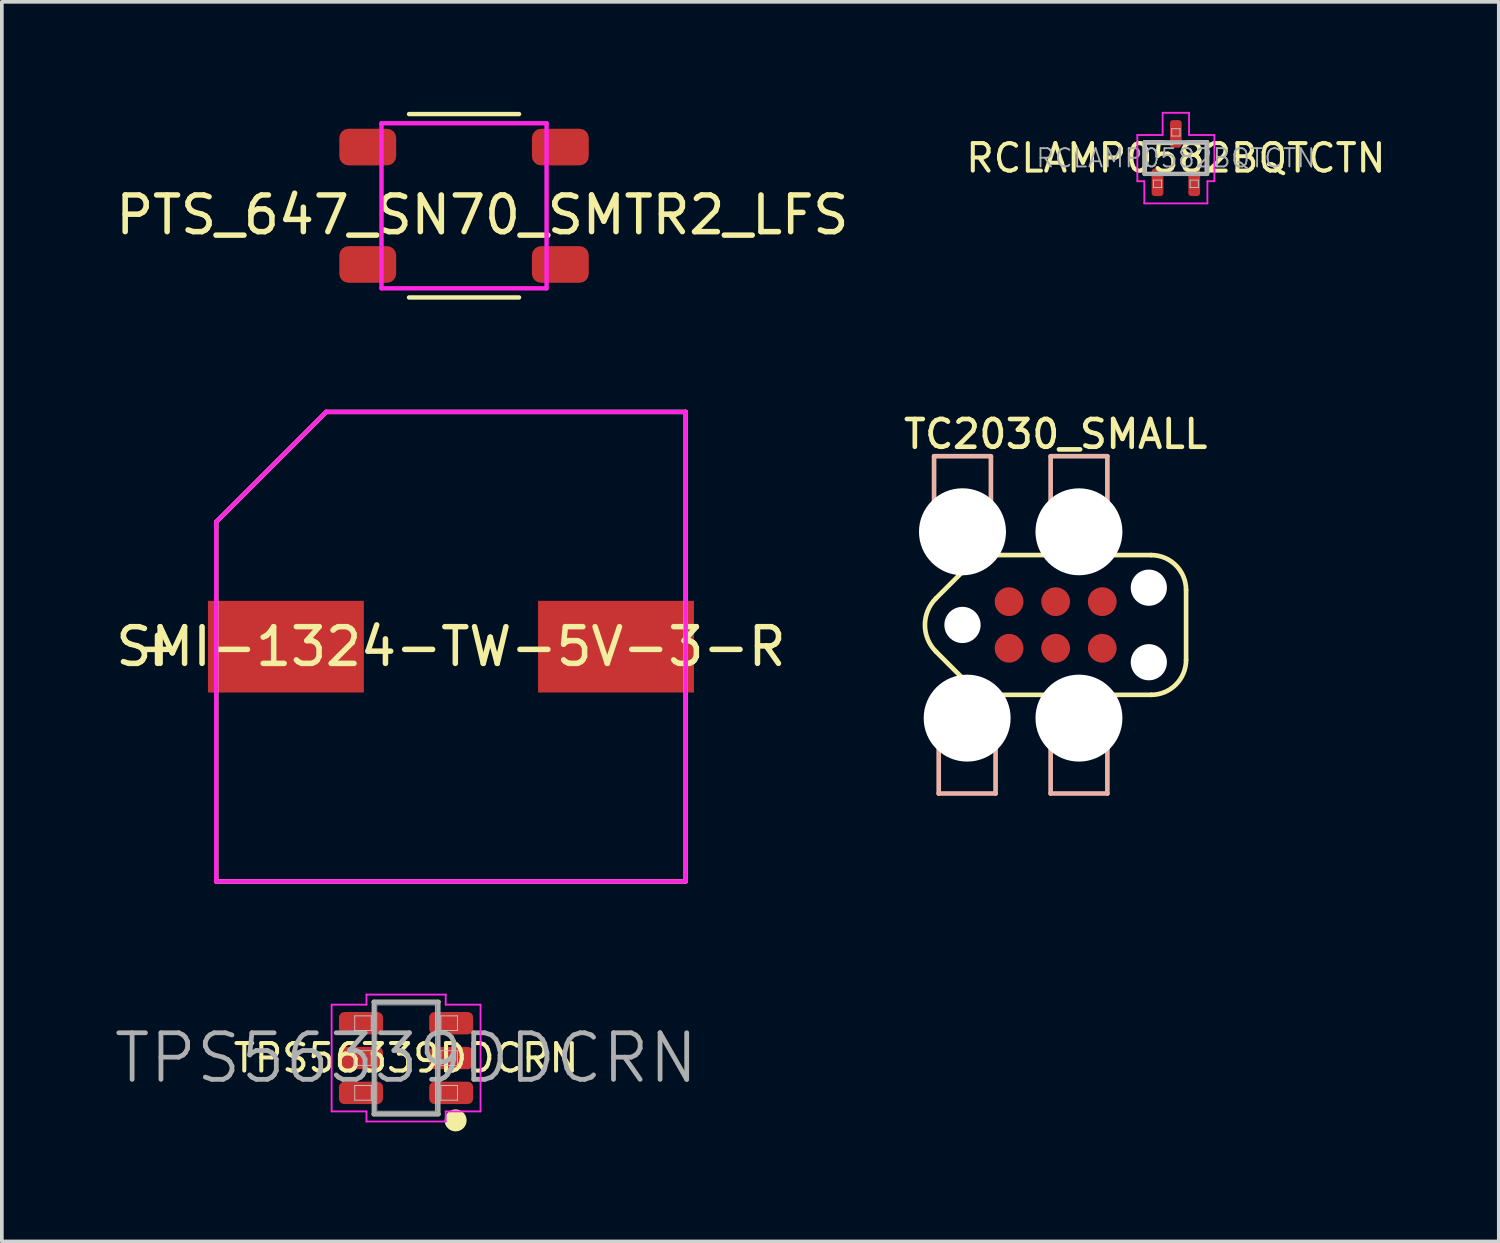
<source format=kicad_pcb>
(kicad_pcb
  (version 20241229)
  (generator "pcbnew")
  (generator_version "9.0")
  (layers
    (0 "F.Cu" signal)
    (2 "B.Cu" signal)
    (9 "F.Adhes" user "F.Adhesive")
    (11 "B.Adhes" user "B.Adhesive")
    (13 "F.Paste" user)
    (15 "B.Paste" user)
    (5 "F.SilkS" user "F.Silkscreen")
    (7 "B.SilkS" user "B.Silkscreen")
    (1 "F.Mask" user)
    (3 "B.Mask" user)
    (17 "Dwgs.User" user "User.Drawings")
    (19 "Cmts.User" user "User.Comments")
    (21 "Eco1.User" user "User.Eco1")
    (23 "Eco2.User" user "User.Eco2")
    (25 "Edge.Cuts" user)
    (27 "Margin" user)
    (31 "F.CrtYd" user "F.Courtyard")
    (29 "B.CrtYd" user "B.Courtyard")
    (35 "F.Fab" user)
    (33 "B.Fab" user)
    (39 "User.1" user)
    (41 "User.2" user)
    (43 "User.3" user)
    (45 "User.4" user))
  (footprint "TPS56339DDCRN"
    (layer "F.Cu")
    (at 8.021 25.795)
    (property "Reference" "TPS56339DDCRN" (at 0 0 0) (layer "F.SilkS") (effects (font (size 0.75 0.75) (thickness 0.11))))
    (attr smd)
    (fp_line (start 0.88 -1.53) (end -0.88 -1.53) (stroke (width 0.12) (type solid)) (layer "F.SilkS"))
    (fp_line (start 0.88 1.53) (end -0.88 1.53) (stroke (width 0.12) (type solid)) (layer "F.SilkS"))
    (fp_circle (center 1.35 1.7) (end 1.35 1.85) (stroke (width 0.3) (type solid)) (fill no) (layer "F.SilkS"))
    (fp_line (start -1.4 -1.15) (end -0.95 -1.15) (stroke (width 0.025) (type solid)) (layer "Dwgs.User"))
    (fp_line (start -1.4 -0.75) (end -1.4 -1.15) (stroke (width 0.025) (type solid)) (layer "Dwgs.User"))
    (fp_line (start -1.4 -0.2) (end -0.95 -0.2) (stroke (width 0.025) (type solid)) (layer "Dwgs.User"))
    (fp_line (start -1.4 0.2) (end -1.4 -0.2) (stroke (width 0.025) (type solid)) (layer "Dwgs.User"))
    (fp_line (start -1.4 0.75) (end -0.95 0.75) (stroke (width 0.025) (type solid)) (layer "Dwgs.User"))
    (fp_line (start -1.4 1.15) (end -1.4 0.75) (stroke (width 0.025) (type solid)) (layer "Dwgs.User"))
    (fp_line (start -0.95 -1.15) (end -0.95 -0.75) (stroke (width 0.025) (type solid)) (layer "Dwgs.User"))
    (fp_line (start -0.95 -0.75) (end -1.4 -0.75) (stroke (width 0.025) (type solid)) (layer "Dwgs.User"))
    (fp_line (start -0.95 -0.2) (end -0.95 0.2) (stroke (width 0.025) (type solid)) (layer "Dwgs.User"))
    (fp_line (start -0.95 0.2) (end -1.4 0.2) (stroke (width 0.025) (type solid)) (layer "Dwgs.User"))
    (fp_line (start -0.95 0.75) (end -0.95 1.15) (stroke (width 0.025) (type solid)) (layer "Dwgs.User"))
    (fp_line (start -0.95 1.15) (end -1.4 1.15) (stroke (width 0.025) (type solid)) (layer "Dwgs.User"))
    (fp_line (start -0.8 -1.45) (end 0.8 -1.45) (stroke (width 0.025) (type solid)) (layer "Dwgs.User"))
    (fp_line (start -0.8 1.45) (end -0.8 -1.45) (stroke (width 0.025) (type solid)) (layer "Dwgs.User"))
    (fp_line (start 0.8 -1.45) (end 0.8 1.45) (stroke (width 0.025) (type solid)) (layer "Dwgs.User"))
    (fp_line (start 0.8 1.45) (end -0.8 1.45) (stroke (width 0.025) (type solid)) (layer "Dwgs.User"))
    (fp_line (start 0.95 -1.15) (end 1.4 -1.15) (stroke (width 0.025) (type solid)) (layer "Dwgs.User"))
    (fp_line (start 0.95 -0.75) (end 0.95 -1.15) (stroke (width 0.025) (type solid)) (layer "Dwgs.User"))
    (fp_line (start 0.95 -0.2) (end 1.4 -0.2) (stroke (width 0.025) (type solid)) (layer "Dwgs.User"))
    (fp_line (start 0.95 0.2) (end 0.95 -0.2) (stroke (width 0.025) (type solid)) (layer "Dwgs.User"))
    (fp_line (start 0.95 0.75) (end 1.4 0.75) (stroke (width 0.025) (type solid)) (layer "Dwgs.User"))
    (fp_line (start 0.95 1.15) (end 0.95 0.75) (stroke (width 0.025) (type solid)) (layer "Dwgs.User"))
    (fp_line (start 1.4 -1.15) (end 1.4 -0.75) (stroke (width 0.025) (type solid)) (layer "Dwgs.User"))
    (fp_line (start 1.4 -0.75) (end 0.95 -0.75) (stroke (width 0.025) (type solid)) (layer "Dwgs.User"))
    (fp_line (start 1.4 -0.2) (end 1.4 0.2) (stroke (width 0.025) (type solid)) (layer "Dwgs.User"))
    (fp_line (start 1.4 0.2) (end 0.95 0.2) (stroke (width 0.025) (type solid)) (layer "Dwgs.User"))
    (fp_line (start 1.4 0.75) (end 1.4 1.15) (stroke (width 0.025) (type solid)) (layer "Dwgs.User"))
    (fp_line (start 1.4 1.15) (end 0.95 1.15) (stroke (width 0.025) (type solid)) (layer "Dwgs.User"))
    (fp_line (start -2.03 -1.455) (end -2.03 1.455) (stroke (width 0.05) (type solid)) (layer "F.CrtYd"))
    (fp_line (start -2.03 1.455) (end -1.08 1.455) (stroke (width 0.05) (type solid)) (layer "F.CrtYd"))
    (fp_line (start -1.08 -1.73) (end -1.08 -1.455) (stroke (width 0.05) (type solid)) (layer "F.CrtYd"))
    (fp_line (start -1.08 -1.455) (end -2.03 -1.455) (stroke (width 0.05) (type solid)) (layer "F.CrtYd"))
    (fp_line (start -1.08 1.455) (end -1.08 1.73) (stroke (width 0.05) (type solid)) (layer "F.CrtYd"))
    (fp_line (start -1.08 1.73) (end 1.08 1.73) (stroke (width 0.05) (type solid)) (layer "F.CrtYd"))
    (fp_line (start 1.08 -1.73) (end -1.08 -1.73) (stroke (width 0.05) (type solid)) (layer "F.CrtYd"))
    (fp_line (start 1.08 -1.455) (end 1.08 -1.73) (stroke (width 0.05) (type solid)) (layer "F.CrtYd"))
    (fp_line (start 1.08 1.455) (end 2.03 1.455) (stroke (width 0.05) (type solid)) (layer "F.CrtYd"))
    (fp_line (start 1.08 1.73) (end 1.08 1.455) (stroke (width 0.05) (type solid)) (layer "F.CrtYd"))
    (fp_line (start 2.03 -1.455) (end 1.08 -1.455) (stroke (width 0.05) (type solid)) (layer "F.CrtYd"))
    (fp_line (start 2.03 1.455) (end 2.03 -1.455) (stroke (width 0.05) (type solid)) (layer "F.CrtYd"))
    (fp_line (start -0.88 -1.53) (end 0.88 -1.53) (stroke (width 0.12) (type solid)) (layer "F.Fab"))
    (fp_line (start -0.88 1.53) (end -0.88 -1.53) (stroke (width 0.12) (type solid)) (layer "F.Fab"))
    (fp_line (start 0.88 -1.53) (end 0.88 1.53) (stroke (width 0.12) (type solid)) (layer "F.Fab"))
    (fp_line (start 0.88 1.53) (end -0.88 1.53) (stroke (width 0.12) (type solid)) (layer "F.Fab"))
    (fp_text user "${REFERENCE}" (at 0 0 0) (layer "F.Fab") (effects (font (size 1.27 1.27) (thickness 0.13))))
    (pad "1" smd roundrect (at 1.23 0.95) (size 1.2 0.61) (layers "F.Cu" "F.Mask" "F.Paste") (roundrect_rratio 0.246))
    (pad "2" smd roundrect (at 1.23 0) (size 1.2 0.61) (layers "F.Cu" "F.Mask" "F.Paste") (roundrect_rratio 0.246))
    (pad "3" smd roundrect (at 1.23 -0.95) (size 1.2 0.61) (layers "F.Cu" "F.Mask" "F.Paste") (roundrect_rratio 0.246))
    (pad "4" smd roundrect (at -1.23 -0.95) (size 1.2 0.61) (layers "F.Cu" "F.Mask" "F.Paste") (roundrect_rratio 0.246))
    (pad "5" smd roundrect (at -1.23 0) (size 1.2 0.61) (layers "F.Cu" "F.Mask" "F.Paste") (roundrect_rratio 0.246))
    (pad "6" smd roundrect (at -1.23 0.95) (size 1.2 0.61) (layers "F.Cu" "F.Mask" "F.Paste") (roundrect_rratio 0.246)))
  (footprint "PTS_647_SN70_SMTR2_LFS"
    (layer "F.Cu")
    (at 9.601 2.56)
    (property "Reference" "PTS_647_SN70_SMTR2_LFS" (at 0.5 0.25 0) (layer "F.SilkS") (effects (font (size 1 1) (thickness 0.15))))
    (attr smd)
    (fp_line (start -1.5 -2.5) (end 1.5 -2.5) (stroke (width 0.12) (type solid)) (layer "F.SilkS"))
    (fp_line (start -1.5 2.5) (end 1.5 2.5) (stroke (width 0.12) (type solid)) (layer "F.SilkS"))
    (fp_line (start -2.25 -2.25) (end 2.25 -2.25) (stroke (width 0.12) (type solid)) (layer "F.CrtYd"))
    (fp_line (start -2.25 2.25) (end -2.25 -2.25) (stroke (width 0.12) (type solid)) (layer "F.CrtYd"))
    (fp_line (start 2.25 -2.25) (end 2.25 2.25) (stroke (width 0.12) (type solid)) (layer "F.CrtYd"))
    (fp_line (start 2.25 2.25) (end -2.25 2.25) (stroke (width 0.12) (type solid)) (layer "F.CrtYd"))
    (pad "1" smd roundrect (at -2.625 -1.6) (size 1.55 1) (layers "F.Cu" "F.Mask" "F.Paste") (roundrect_rratio 0.25))
    (pad "2" smd roundrect (at 2.625 -1.6) (size 1.55 1) (layers "F.Cu" "F.Mask" "F.Paste") (roundrect_rratio 0.25))
    (pad "3" smd roundrect (at -2.625 1.6) (size 1.55 1) (layers "F.Cu" "F.Mask" "F.Paste") (roundrect_rratio 0.25))
    (pad "4" smd roundrect (at 2.625 1.6) (size 1.55 1) (layers "F.Cu" "F.Mask" "F.Paste") (roundrect_rratio 0.25)))
  (footprint "RCLAMP0582BQTCTN"
    (layer "F.Cu")
    (at 29.007 1.26)
    (property "Reference" "RCLAMP0582BQTCTN" (at 0 0 0) (layer "F.SilkS") (effects (font (size 0.75 0.75) (thickness 0.11))))
    (attr smd)
    (fp_line (start -0.85 -0.43) (end -0.34 -0.43) (stroke (width 0.12) (type solid)) (layer "F.SilkS"))
    (fp_line (start -0.85 0.43) (end -0.85 -0.43) (stroke (width 0.12) (type solid)) (layer "F.SilkS"))
    (fp_line (start 0.85 -0.43) (end 0.34 -0.43) (stroke (width 0.12) (type solid)) (layer "F.SilkS"))
    (fp_line (start 0.85 0.43) (end 0.85 -0.43) (stroke (width 0.12) (type solid)) (layer "F.SilkS"))
    (fp_line (start -0.8 -0.4) (end 0.8 -0.4) (stroke (width 0.025) (type solid)) (layer "Dwgs.User"))
    (fp_line (start -0.8 0.4) (end -0.8 -0.4) (stroke (width 0.025) (type solid)) (layer "Dwgs.User"))
    (fp_line (start -0.613 0.6) (end -0.388 0.6) (stroke (width 0.025) (type solid)) (layer "Dwgs.User"))
    (fp_line (start -0.613 0.8) (end -0.613 0.6) (stroke (width 0.025) (type solid)) (layer "Dwgs.User"))
    (fp_line (start -0.388 0.6) (end -0.388 0.8) (stroke (width 0.025) (type solid)) (layer "Dwgs.User"))
    (fp_line (start -0.388 0.8) (end -0.613 0.8) (stroke (width 0.025) (type solid)) (layer "Dwgs.User"))
    (fp_line (start -0.113 -0.8) (end 0.113 -0.8) (stroke (width 0.025) (type solid)) (layer "Dwgs.User"))
    (fp_line (start -0.113 -0.6) (end -0.113 -0.8) (stroke (width 0.025) (type solid)) (layer "Dwgs.User"))
    (fp_line (start 0.113 -0.8) (end 0.113 -0.6) (stroke (width 0.025) (type solid)) (layer "Dwgs.User"))
    (fp_line (start 0.113 -0.6) (end -0.113 -0.6) (stroke (width 0.025) (type solid)) (layer "Dwgs.User"))
    (fp_line (start 0.388 0.6) (end 0.613 0.6) (stroke (width 0.025) (type solid)) (layer "Dwgs.User"))
    (fp_line (start 0.388 0.8) (end 0.388 0.6) (stroke (width 0.025) (type solid)) (layer "Dwgs.User"))
    (fp_line (start 0.613 0.6) (end 0.613 0.8) (stroke (width 0.025) (type solid)) (layer "Dwgs.User"))
    (fp_line (start 0.613 0.8) (end 0.388 0.8) (stroke (width 0.025) (type solid)) (layer "Dwgs.User"))
    (fp_line (start 0.8 -0.4) (end 0.8 0.4) (stroke (width 0.025) (type solid)) (layer "Dwgs.User"))
    (fp_line (start 0.8 0.4) (end -0.8 0.4) (stroke (width 0.025) (type solid)) (layer "Dwgs.User"))
    (fp_line (start -1.05 -0.63) (end -1.05 0.63) (stroke (width 0.05) (type solid)) (layer "F.CrtYd"))
    (fp_line (start -1.05 0.63) (end -0.86 0.63) (stroke (width 0.05) (type solid)) (layer "F.CrtYd"))
    (fp_line (start -0.86 0.63) (end -0.86 1.235) (stroke (width 0.05) (type solid)) (layer "F.CrtYd"))
    (fp_line (start -0.86 1.235) (end 0.86 1.235) (stroke (width 0.05) (type solid)) (layer "F.CrtYd"))
    (fp_line (start -0.36 -1.235) (end -0.36 -0.63) (stroke (width 0.05) (type solid)) (layer "F.CrtYd"))
    (fp_line (start -0.36 -0.63) (end -1.05 -0.63) (stroke (width 0.05) (type solid)) (layer "F.CrtYd"))
    (fp_line (start 0.36 -1.235) (end -0.36 -1.235) (stroke (width 0.05) (type solid)) (layer "F.CrtYd"))
    (fp_line (start 0.36 -0.63) (end 0.36 -1.235) (stroke (width 0.05) (type solid)) (layer "F.CrtYd"))
    (fp_line (start 0.86 0.63) (end 1.05 0.63) (stroke (width 0.05) (type solid)) (layer "F.CrtYd"))
    (fp_line (start 0.86 1.235) (end 0.86 0.63) (stroke (width 0.05) (type solid)) (layer "F.CrtYd"))
    (fp_line (start 1.05 -0.63) (end 0.36 -0.63) (stroke (width 0.05) (type solid)) (layer "F.CrtYd"))
    (fp_line (start 1.05 0.63) (end 1.05 -0.63) (stroke (width 0.05) (type solid)) (layer "F.CrtYd"))
    (fp_line (start -0.85 -0.43) (end 0.85 -0.43) (stroke (width 0.12) (type solid)) (layer "F.Fab"))
    (fp_line (start -0.85 0.43) (end -0.85 -0.43) (stroke (width 0.12) (type solid)) (layer "F.Fab"))
    (fp_line (start 0.85 -0.43) (end 0.85 0.43) (stroke (width 0.12) (type solid)) (layer "F.Fab"))
    (fp_line (start 0.85 0.43) (end -0.85 0.43) (stroke (width 0.12) (type solid)) (layer "F.Fab"))
    (fp_text user "${REFERENCE}" (at 0 0 0) (layer "F.Fab") (effects (font (size 0.5 0.5) (thickness 0.05))))
    (pad "1" smd roundrect (at -0.5 0.66 90) (size 0.75 0.32) (layers "F.Cu" "F.Mask" "F.Paste") (roundrect_rratio 0.25))
    (pad "2" smd roundrect (at 0.5 0.66 90) (size 0.75 0.32) (layers "F.Cu" "F.Mask" "F.Paste") (roundrect_rratio 0.25))
    (pad "3" smd roundrect (at 0 -0.66 90) (size 0.75 0.32) (layers "F.Cu" "F.Mask" "F.Paste") (roundrect_rratio 0.25)))
  (footprint "SMI-1324-TW-5V-3-R"
    (layer "F.Cu")
    (at 9.244 14.58)
    (property "Reference" "SMI-1324-TW-5V-3-R" (at 0 0 0) (layer "F.SilkS") (effects (font (size 1 1) (thickness 0.15))))
    (attr through_hole)
    (fp_line (start -6.4 6.4) (end -6.4 -3.4) (stroke (width 0.12) (type solid)) (layer "F.SilkS"))
    (fp_line (start -6.4 6.4) (end 6.4 6.4) (stroke (width 0.12) (type solid)) (layer "F.SilkS"))
    (fp_line (start -3.4 -6.4) (end -6.4 -3.4) (stroke (width 0.12) (type solid)) (layer "F.SilkS"))
    (fp_line (start -3.4 -6.4) (end 6.4 -6.4) (stroke (width 0.12) (type solid)) (layer "F.SilkS"))
    (fp_line (start 6.4 6.4) (end 6.4 -6.4) (stroke (width 0.12) (type solid)) (layer "F.SilkS"))
    (fp_line (start -6.4 6.4) (end -6.4 -3.4) (stroke (width 0.12) (type solid)) (layer "F.CrtYd"))
    (fp_line (start -6.4 6.4) (end 6.4 6.4) (stroke (width 0.12) (type solid)) (layer "F.CrtYd"))
    (fp_line (start -3.4 -6.4) (end -6.4 -3.4) (stroke (width 0.12) (type solid)) (layer "F.CrtYd"))
    (fp_line (start -3.4 -6.4) (end 6.4 -6.4) (stroke (width 0.12) (type solid)) (layer "F.CrtYd"))
    (fp_line (start 6.4 6.4) (end 6.4 -6.4) (stroke (width 0.12) (type solid)) (layer "F.CrtYd"))
    (fp_text user "+" (at -8 0 0) (layer "F.SilkS") (effects (font (size 1 1) (thickness 0.15))))
    (pad "1" smd rect (at -4.5 0) (size 4.25 2.5) (layers "F.Cu" "F.Mask" "F.Paste"))
    (pad "2" smd rect (at 4.5 0) (size 4.25 2.5) (layers "F.Cu" "F.Mask" "F.Paste")))
  (footprint "TC2030_SMALL"
    (layer "F.Cu")
    (at 25.73 13.988)
    (property "Reference" "TC2030_SMALL" (at 0 -5.202 0) (layer "F.SilkS") (effects (font (size 0.757 0.757) (thickness 0.127))))
    (attr exclude_from_pos_files exclude_from_bom)
    (fp_line (start -3.264 -0.724) (end -2.083 -1.905) (stroke (width 0.127) (type solid)) (layer "F.SilkS"))
    (fp_line (start -3.264 0.724) (end -2.083 1.905) (stroke (width 0.127) (type solid)) (layer "F.SilkS"))
    (fp_line (start 2.603 -1.905) (end -2.083 -1.905) (stroke (width 0.127) (type solid)) (layer "F.SilkS"))
    (fp_line (start 2.603 1.905) (end -2.083 1.905) (stroke (width 0.127) (type solid)) (layer "F.SilkS"))
    (fp_line (start 3.556 -0.953) (end 3.556 0.953) (stroke (width 0.127) (type solid)) (layer "F.SilkS"))
    (fp_arc (start -3.2639 0.7239) (mid -3.563749 0) (end -3.2639 -0.7239) (stroke (width 0.127) (type solid)) (layer "F.SilkS"))
    (fp_arc (start 2.6035 -1.905) (mid 3.277019 -1.626019) (end 3.556 -0.9525) (stroke (width 0.127) (type solid)) (layer "F.SilkS"))
    (fp_arc (start 3.556 0.9525) (mid 3.277019 1.626019) (end 2.6035 1.905) (stroke (width 0.127) (type solid)) (layer "F.SilkS"))
    (fp_line (start -3.315 -4.6) (end -1.765 -4.6) (stroke (width 0.127) (type solid)) (layer "B.SilkS"))
    (fp_line (start -3.315 -4.595) (end -3.315 -3.378) (stroke (width 0.127) (type solid)) (layer "B.SilkS"))
    (fp_line (start -3.188 4.595) (end -3.188 3.378) (stroke (width 0.127) (type solid)) (layer "B.SilkS"))
    (fp_line (start -1.765 -4.595) (end -1.765 -3.378) (stroke (width 0.127) (type solid)) (layer "B.SilkS"))
    (fp_line (start -1.638 4.595) (end -3.188 4.595) (stroke (width 0.127) (type solid)) (layer "B.SilkS"))
    (fp_line (start -1.638 4.595) (end -1.638 3.378) (stroke (width 0.127) (type solid)) (layer "B.SilkS"))
    (fp_line (start -0.137 -4.6) (end 1.41 -4.6) (stroke (width 0.127) (type solid)) (layer "B.SilkS"))
    (fp_line (start -0.137 -4.595) (end -0.137 -3.378) (stroke (width 0.127) (type solid)) (layer "B.SilkS"))
    (fp_line (start -0.137 4.595) (end -0.137 3.378) (stroke (width 0.127) (type solid)) (layer "B.SilkS"))
    (fp_line (start 1.41 -4.595) (end 1.41 -3.378) (stroke (width 0.127) (type solid)) (layer "B.SilkS"))
    (fp_line (start 1.41 4.595) (end -0.137 4.595) (stroke (width 0.127) (type solid)) (layer "B.SilkS"))
    (fp_line (start 1.41 4.595) (end 1.41 3.378) (stroke (width 0.127) (type solid)) (layer "B.SilkS"))
    (pad "" np_thru_hole circle (at -2.54 -2.54) (size 2.372 2.372) (drill 2.372) (layers "*.Cu" "*.Mask"))
    (pad "" np_thru_hole circle (at -2.54 0) (size 0.988 0.988) (drill 0.988) (layers "*.Cu" "*.Mask"))
    (pad "" np_thru_hole circle (at -2.413 2.54) (size 2.37 2.37) (drill 2.37) (layers "*.Cu" "*.Mask"))
    (pad "" np_thru_hole circle (at 0.635 -2.54) (size 2.37 2.37) (drill 2.37) (layers "*.Cu" "*.Mask"))
    (pad "" np_thru_hole circle (at 0.635 2.54) (size 2.37 2.37) (drill 2.37) (layers "*.Cu" "*.Mask"))
    (pad "" np_thru_hole circle (at 2.54 -1.016) (size 0.986 0.986) (drill 0.986) (layers "*.Cu" "*.Mask"))
    (pad "" np_thru_hole circle (at 2.54 1.016) (size 0.986 0.986) (drill 0.986) (layers "*.Cu" "*.Mask"))
    (pad "1" connect circle (at -1.27 0.635) (size 0.785 0.785) (layers "F.Cu" "F.Mask"))
    (pad "2" connect circle (at -1.27 -0.635) (size 0.785 0.785) (layers "F.Cu" "F.Mask"))
    (pad "3" connect circle (at 0 0.635) (size 0.785 0.785) (layers "F.Cu" "F.Mask"))
    (pad "4" connect circle (at 0 -0.635) (size 0.785 0.785) (layers "F.Cu" "F.Mask"))
    (pad "5" connect circle (at 1.27 0.635) (size 0.785 0.785) (layers "F.Cu" "F.Mask"))
    (pad "6" connect circle (at 1.27 -0.635) (size 0.785 0.785) (layers "F.Cu" "F.Mask")))
  (gr_rect
    (start -3 -3)
    (end 37.811 30.795)
    (stroke (width 0.1) (type default))
    (fill no)
    (layer "Edge.Cuts")))
</source>
